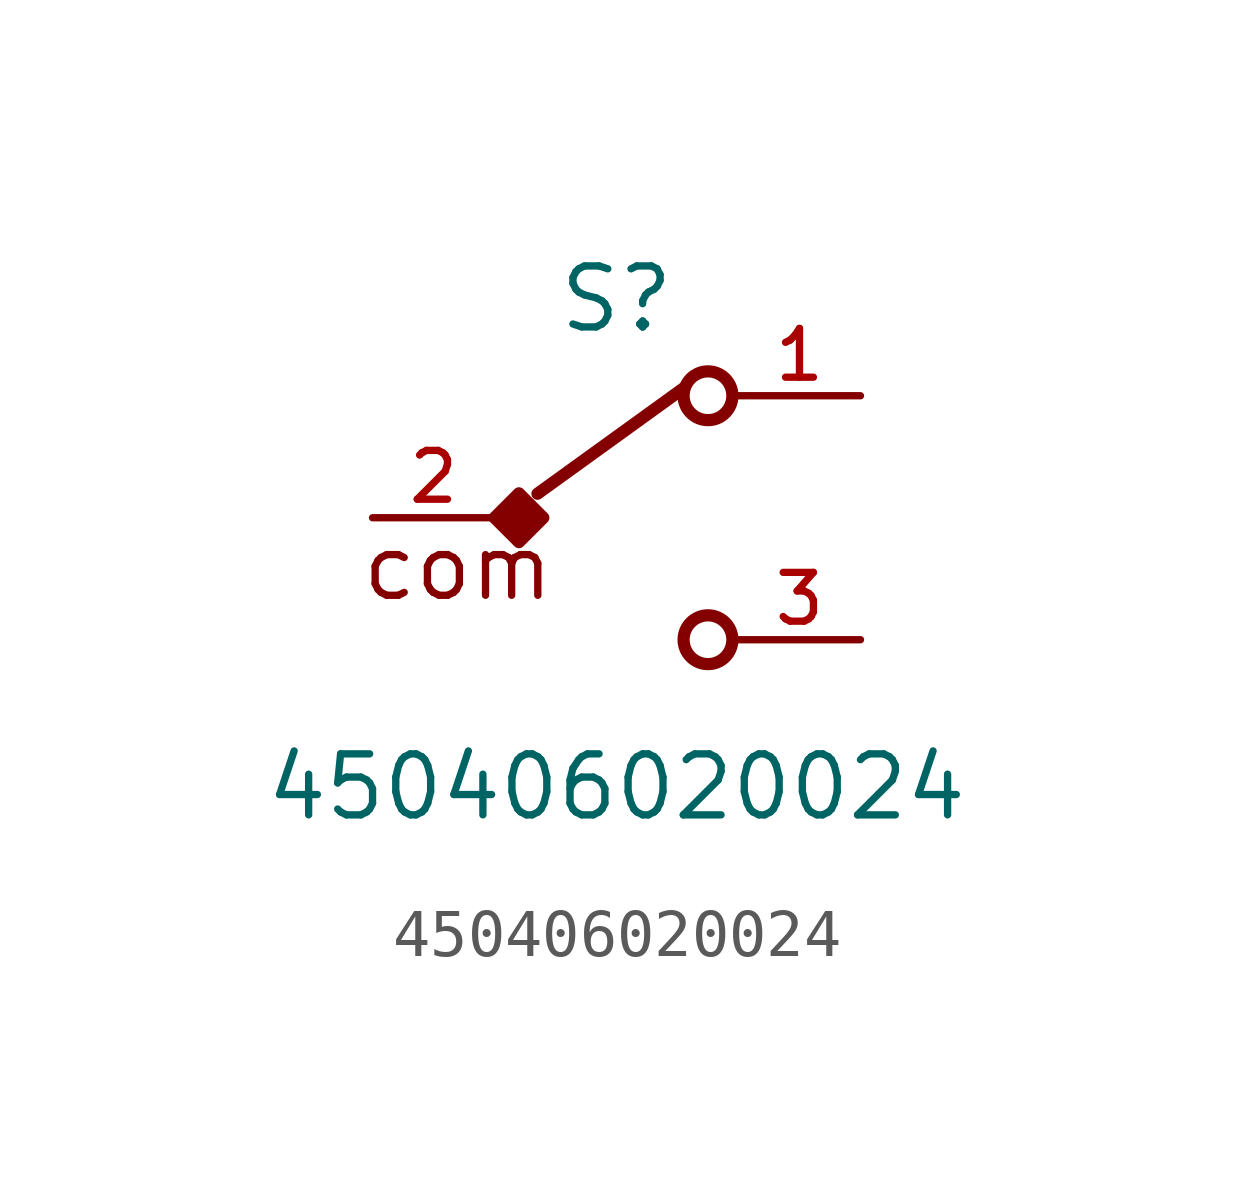
<source format=kicad_sym>
(kicad_symbol_lib
  (version 20231120)
  (generator "kicad_symbol_editor")
  (generator_version "8.0")
  (symbol "450406020024"
    (pin_names
      (offset 1.016))
    (property "Reference" "S"
      (at 0 3.81 0)
      (effects (font (size 1.27 1.27)) (justify bottom)))
    (property "Value" "450406020024"
      (at 0 -6.35 0)
      (effects (font (size 1.27 1.27)) (justify bottom)))
    (symbol "450406020024_0_0"
      (polyline (pts (xy -1.646 0.5) (xy 1.4 2.7)) (stroke (width 0.254) (type default)) (fill (type none)))
      (polyline (pts (xy -2.032 -0.508) (xy -2.54 0) (xy -2.032 0.508) (xy -1.524 0) (xy -2.032 -0.508)) (stroke (width 0.254) (type default)) (fill (type outline)))
      (circle (center 1.905 -2.54) (radius 0.508) (stroke (width 0.254) (type default)) (fill (type none)))
      (circle (center 1.905 2.54) (radius 0.508) (stroke (width 0.254) (type default)) (fill (type none)))
      (text "com" (at -3.302 -1.778 0) (effects (font (size 1.27 1.27)) (justify bottom)))
      (pin passive line (at 5.08 2.54 180) (length 2.54) (name "~" (effects (font (size 1.016 1.016)))) (number "1" (effects (font (size 1.016 1.016)))))
      (pin passive line (at -5.08 0 0) (length 2.54) (name "~" (effects (font (size 1.016 1.016)))) (number "2" (effects (font (size 1.016 1.016)))))
      (pin passive line (at 5.08 -2.54 180) (length 2.54) (name "~" (effects (font (size 1.016 1.016)))) (number "3" (effects (font (size 1.016 1.016))))))))
</source>
